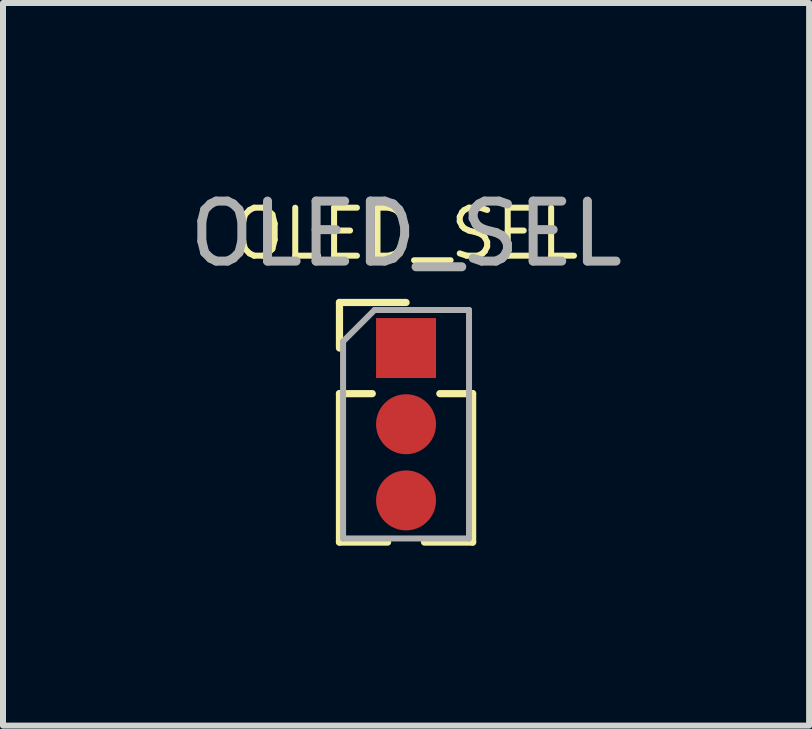
<source format=kicad_pcb>
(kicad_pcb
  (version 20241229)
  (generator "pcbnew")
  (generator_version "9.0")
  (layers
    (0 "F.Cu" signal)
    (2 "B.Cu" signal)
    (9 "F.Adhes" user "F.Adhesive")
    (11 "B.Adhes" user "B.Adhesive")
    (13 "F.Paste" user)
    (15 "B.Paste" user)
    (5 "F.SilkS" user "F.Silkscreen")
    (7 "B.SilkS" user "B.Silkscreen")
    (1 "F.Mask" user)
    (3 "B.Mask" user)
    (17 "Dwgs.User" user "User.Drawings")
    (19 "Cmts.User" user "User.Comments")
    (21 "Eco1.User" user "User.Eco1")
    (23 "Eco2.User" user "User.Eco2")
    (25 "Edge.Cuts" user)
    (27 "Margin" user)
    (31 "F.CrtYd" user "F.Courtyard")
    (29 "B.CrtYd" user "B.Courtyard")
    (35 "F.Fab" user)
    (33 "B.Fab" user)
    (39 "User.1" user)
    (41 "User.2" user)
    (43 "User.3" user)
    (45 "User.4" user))
  (footprint "OLED_SEL"
    (layer "F.Cu")
    (at 3.72 2.753)
    (property "Reference" "OLED_SEL" (at 0 -1.905 0) (layer "F.SilkS") (effects (font (size 0.8 0.8) (thickness 0.1))))
    (attr through_hole)
    (fp_line (start -1.11 -0.76) (end 0 -0.76) (stroke (width 0.12) (type solid)) (layer "F.SilkS"))
    (fp_line (start -1.11 0) (end -1.11 -0.76) (stroke (width 0.12) (type solid)) (layer "F.SilkS"))
    (fp_line (start -1.11 0.76) (end -1.11 3.235) (stroke (width 0.12) (type solid)) (layer "F.SilkS"))
    (fp_line (start -1.11 0.76) (end -0.563 0.76) (stroke (width 0.12) (type solid)) (layer "F.SilkS"))
    (fp_line (start -1.11 3.235) (end -0.308 3.235) (stroke (width 0.12) (type solid)) (layer "F.SilkS"))
    (fp_line (start 0.308 3.235) (end 1.11 3.235) (stroke (width 0.12) (type solid)) (layer "F.SilkS"))
    (fp_line (start 0.563 0.76) (end 1.11 0.76) (stroke (width 0.12) (type solid)) (layer "F.SilkS"))
    (fp_line (start 1.11 0.76) (end 1.11 3.235) (stroke (width 0.12) (type solid)) (layer "F.SilkS"))
    (fp_line (start -1.05 -0.11) (end -0.525 -0.635) (stroke (width 0.1) (type solid)) (layer "F.Fab"))
    (fp_line (start -1.05 3.175) (end -1.05 -0.11) (stroke (width 0.1) (type solid)) (layer "F.Fab"))
    (fp_line (start -0.525 -0.635) (end 1.05 -0.635) (stroke (width 0.1) (type solid)) (layer "F.Fab"))
    (fp_line (start 1.05 -0.635) (end 1.05 3.175) (stroke (width 0.1) (type solid)) (layer "F.Fab"))
    (fp_line (start 1.05 3.175) (end -1.05 3.175) (stroke (width 0.1) (type solid)) (layer "F.Fab"))
    (fp_text user "${REFERENCE}" (at 0 -1.905 180) (layer "F.Fab") (effects (font (size 1 1) (thickness 0.15))))
    (pad "1" smd rect (at 0 0) (size 1 1) (layers "F.Cu" "F.Mask" "F.Paste"))
    (pad "2" smd oval (at 0 1.27) (size 1 1) (layers "F.Cu" "F.Mask" "F.Paste"))
    (pad "3" smd oval (at 0 2.54) (size 1 1) (layers "F.Cu" "F.Mask" "F.Paste")))
  (gr_rect
    (start -3 -3)
    (end 10.44 9.048)
    (stroke (width 0.1) (type default))
    (fill no)
    (layer "Edge.Cuts")))
</source>
